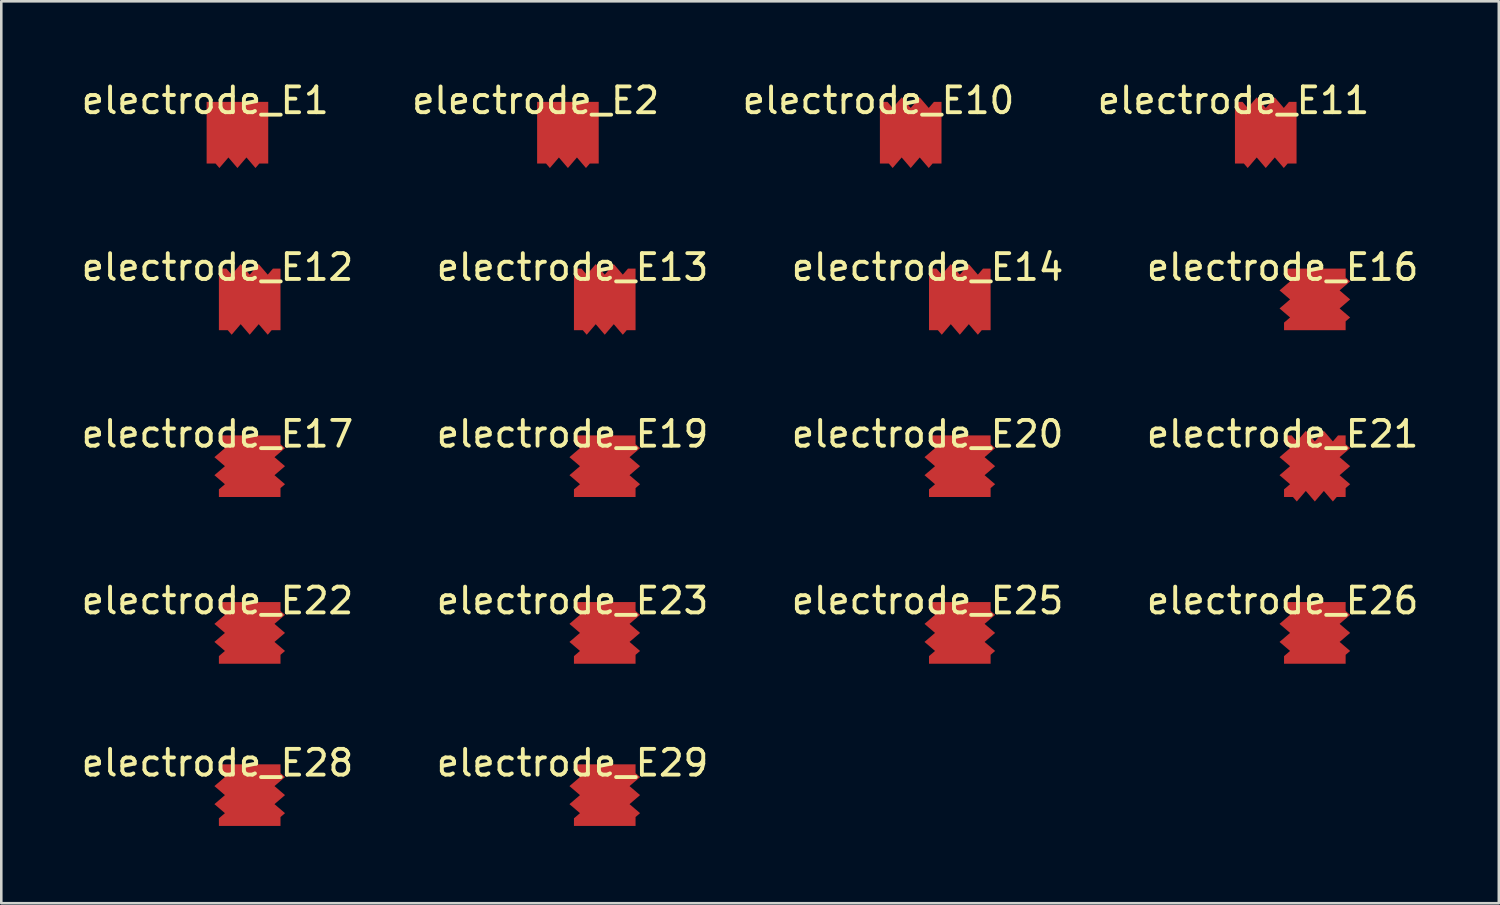
<source format=kicad_pcb>
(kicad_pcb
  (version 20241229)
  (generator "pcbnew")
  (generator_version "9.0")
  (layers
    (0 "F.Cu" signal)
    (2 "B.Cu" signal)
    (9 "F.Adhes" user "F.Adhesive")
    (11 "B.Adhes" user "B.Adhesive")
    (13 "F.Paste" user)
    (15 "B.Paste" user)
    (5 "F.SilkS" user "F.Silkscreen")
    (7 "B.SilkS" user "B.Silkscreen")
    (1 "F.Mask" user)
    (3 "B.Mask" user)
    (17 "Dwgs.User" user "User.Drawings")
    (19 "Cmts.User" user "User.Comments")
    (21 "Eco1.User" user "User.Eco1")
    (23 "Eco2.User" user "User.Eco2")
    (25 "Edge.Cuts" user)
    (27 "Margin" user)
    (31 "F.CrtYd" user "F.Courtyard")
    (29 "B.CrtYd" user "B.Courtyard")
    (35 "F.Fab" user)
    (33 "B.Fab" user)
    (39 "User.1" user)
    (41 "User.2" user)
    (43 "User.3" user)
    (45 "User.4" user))
  (footprint "electrode_E19"
    (layer "F.Cu")
    (at 19.161 13.785)
    (property "Reference" "electrode_E19" (at 0 0 0) (layer "F.SilkS") (effects (font (size 1 1) (thickness 0.15))))
    (attr through_hole)
    (pad "1" smd custom (at 1.25 1.25) (size 0.5 0.5) (layers "F.Cu" "F.Mask" "F.Paste") (options (anchor circle)) (primitives (gr_poly (pts (xy 1.195 -0.85) (xy 1.37 -0.7) (xy 0.961 -0.35) (xy 1.37 0) (xy 0.961 0.35) (xy 1.37 0.7) (xy 1.195 0.85) (xy 1.195 1.195) (xy -1.195 1.195) (xy -1.195 0.9) (xy -0.961 0.7) (xy -1.37 0.35) (xy -0.961 0) (xy -1.37 -0.35) (xy -0.961 -0.7) (xy -1.195 -0.9) (xy -1.195 -1.195) (xy 1.195 -1.195)) (width 0.0001) (fill yes)))))
  (footprint "electrode_E20"
    (layer "F.Cu")
    (at 32.935 13.785)
    (property "Reference" "electrode_E20" (at 0 0 0) (layer "F.SilkS") (effects (font (size 1 1) (thickness 0.15))))
    (attr through_hole)
    (pad "1" smd custom (at 1.25 1.25) (size 0.5 0.5) (layers "F.Cu" "F.Mask" "F.Paste") (options (anchor circle)) (primitives (gr_poly (pts (xy 1.195 -0.85) (xy 1.37 -0.7) (xy 0.961 -0.35) (xy 1.37 0) (xy 0.961 0.35) (xy 1.37 0.7) (xy 1.195 0.85) (xy 1.195 1.195) (xy -1.195 1.195) (xy -1.195 0.9) (xy -0.961 0.7) (xy -1.37 0.35) (xy -0.961 0) (xy -1.37 -0.35) (xy -0.961 -0.7) (xy -1.195 -0.9) (xy -1.195 -1.195) (xy 1.195 -1.195)) (width 0.0001) (fill yes)))))
  (footprint "electrode_E23"
    (layer "F.Cu")
    (at 19.161 20.253)
    (property "Reference" "electrode_E23" (at 0 0 0) (layer "F.SilkS") (effects (font (size 1 1) (thickness 0.15))))
    (attr through_hole)
    (pad "1" smd custom (at 1.25 1.25) (size 0.5 0.5) (layers "F.Cu" "F.Mask" "F.Paste") (options (anchor circle)) (primitives (gr_poly (pts (xy 1.195 -0.85) (xy 1.37 -0.7) (xy 0.961 -0.35) (xy 1.37 0) (xy 0.961 0.35) (xy 1.37 0.7) (xy 1.195 0.85) (xy 1.195 1.195) (xy -1.195 1.195) (xy -1.195 0.9) (xy -0.961 0.7) (xy -1.37 0.35) (xy -0.961 0) (xy -1.37 -0.35) (xy -0.961 -0.7) (xy -1.195 -0.9) (xy -1.195 -1.195) (xy 1.195 -1.195)) (width 0.0001) (fill yes)))))
  (footprint "electrode_E22"
    (layer "F.Cu")
    (at 5.387 20.253)
    (property "Reference" "electrode_E22" (at 0 0 0) (layer "F.SilkS") (effects (font (size 1 1) (thickness 0.15))))
    (attr through_hole)
    (pad "1" smd custom (at 1.25 1.25) (size 0.5 0.5) (layers "F.Cu" "F.Mask" "F.Paste") (options (anchor circle)) (primitives (gr_poly (pts (xy 1.195 -0.85) (xy 1.37 -0.7) (xy 0.961 -0.35) (xy 1.37 0) (xy 0.961 0.35) (xy 1.37 0.7) (xy 1.195 0.85) (xy 1.195 1.195) (xy -1.195 1.195) (xy -1.195 0.9) (xy -0.961 0.7) (xy -1.37 0.35) (xy -0.961 0) (xy -1.37 -0.35) (xy -0.961 -0.7) (xy -1.195 -0.9) (xy -1.195 -1.195) (xy 1.195 -1.195)) (width 0.0001) (fill yes)))))
  (footprint "electrode_E29"
    (layer "F.Cu")
    (at 19.161 26.546)
    (property "Reference" "electrode_E29" (at 0 0 0) (layer "F.SilkS") (effects (font (size 1 1) (thickness 0.15))))
    (attr through_hole)
    (pad "1" smd custom (at 1.25 1.25) (size 0.5 0.5) (layers "F.Cu" "F.Mask" "F.Paste") (options (anchor circle)) (primitives (gr_poly (pts (xy 1.195 -0.85) (xy 1.37 -0.7) (xy 0.961 -0.35) (xy 1.37 0) (xy 0.961 0.35) (xy 1.37 0.7) (xy 1.195 0.85) (xy 1.195 1.195) (xy -1.195 1.195) (xy -1.195 0.9) (xy -0.961 0.7) (xy -1.37 0.35) (xy -0.961 0) (xy -1.37 -0.35) (xy -0.961 -0.7) (xy -1.195 -0.9) (xy -1.195 -1.195) (xy 1.195 -1.195)) (width 0.0001) (fill yes)))))
  (footprint "electrode_E25"
    (layer "F.Cu")
    (at 32.935 20.253)
    (property "Reference" "electrode_E25" (at 0 0 0) (layer "F.SilkS") (effects (font (size 1 1) (thickness 0.15))))
    (attr through_hole)
    (pad "1" smd custom (at 1.25 1.25) (size 0.5 0.5) (layers "F.Cu" "F.Mask" "F.Paste") (options (anchor circle)) (primitives (gr_poly (pts (xy 1.195 -0.85) (xy 1.37 -0.7) (xy 0.961 -0.35) (xy 1.37 0) (xy 0.961 0.35) (xy 1.37 0.7) (xy 1.195 0.85) (xy 1.195 1.195) (xy -1.195 1.195) (xy -1.195 0.9) (xy -0.961 0.7) (xy -1.37 0.35) (xy -0.961 0) (xy -1.37 -0.35) (xy -0.961 -0.7) (xy -1.195 -0.9) (xy -1.195 -1.195) (xy 1.195 -1.195)) (width 0.0001) (fill yes)))))
  (footprint "electrode_E10"
    (layer "F.Cu")
    (at 31.03 0.848)
    (property "Reference" "electrode_E10" (at 0 0 0) (layer "F.SilkS") (effects (font (size 1 1) (thickness 0.15))))
    (attr through_hole)
    (pad "1" smd custom (at 1.25 1.25) (size 0.5 0.5) (layers "F.Cu" "F.Mask" "F.Paste") (options (anchor circle)) (primitives (gr_poly (pts (xy 0.7 -0.961) (xy 0.9 -1.195) (xy 1.195 -1.195) (xy 1.195 1.195) (xy 0.85 1.195) (xy 0.7 1.37) (xy 0.35 0.961) (xy 0 1.37) (xy -0.35 0.961) (xy -0.7 1.37) (xy -0.85 1.195) (xy -1.195 1.195) (xy -1.195 -1.195) (xy -0.9 -1.195) (xy -0.7 -0.961) (xy -0.35 -1.37) (xy 0 -0.961) (xy 0.35 -1.37)) (width 0.0001) (fill yes)))))
  (footprint "electrode_E17"
    (layer "F.Cu")
    (at 5.387 13.785)
    (property "Reference" "electrode_E17" (at 0 0 0) (layer "F.SilkS") (effects (font (size 1 1) (thickness 0.15))))
    (attr through_hole)
    (pad "1" smd custom (at 1.25 1.25) (size 0.5 0.5) (layers "F.Cu" "F.Mask" "F.Paste") (options (anchor circle)) (primitives (gr_poly (pts (xy 1.195 -0.85) (xy 1.37 -0.7) (xy 0.961 -0.35) (xy 1.37 0) (xy 0.961 0.35) (xy 1.37 0.7) (xy 1.195 0.85) (xy 1.195 1.195) (xy -1.195 1.195) (xy -1.195 0.9) (xy -0.961 0.7) (xy -1.37 0.35) (xy -0.961 0) (xy -1.37 -0.35) (xy -0.961 -0.7) (xy -1.195 -0.9) (xy -1.195 -1.195) (xy 1.195 -1.195)) (width 0.0001) (fill yes)))))
  (footprint "electrode_E26"
    (layer "F.Cu")
    (at 46.708 20.253)
    (property "Reference" "electrode_E26" (at 0 0 0) (layer "F.SilkS") (effects (font (size 1 1) (thickness 0.15))))
    (attr through_hole)
    (pad "1" smd custom (at 1.25 1.25) (size 0.5 0.5) (layers "F.Cu" "F.Mask" "F.Paste") (options (anchor circle)) (primitives (gr_poly (pts (xy 1.195 -0.85) (xy 1.37 -0.7) (xy 0.961 -0.35) (xy 1.37 0) (xy 0.961 0.35) (xy 1.37 0.7) (xy 1.195 0.85) (xy 1.195 1.195) (xy -1.195 1.195) (xy -1.195 0.9) (xy -0.961 0.7) (xy -1.37 0.35) (xy -0.961 0) (xy -1.37 -0.35) (xy -0.961 -0.7) (xy -1.195 -0.9) (xy -1.195 -1.195) (xy 1.195 -1.195)) (width 0.0001) (fill yes)))))
  (footprint "electrode_E12"
    (layer "F.Cu")
    (at 5.387 7.316)
    (property "Reference" "electrode_E12" (at 0 0 0) (layer "F.SilkS") (effects (font (size 1 1) (thickness 0.15))))
    (attr through_hole)
    (pad "1" smd custom (at 1.25 1.25) (size 0.5 0.5) (layers "F.Cu" "F.Mask" "F.Paste") (options (anchor circle)) (primitives (gr_poly (pts (xy 0.7 -0.961) (xy 0.9 -1.195) (xy 1.195 -1.195) (xy 1.195 1.195) (xy 0.85 1.195) (xy 0.7 1.37) (xy 0.35 0.961) (xy 0 1.37) (xy -0.35 0.961) (xy -0.7 1.37) (xy -0.85 1.195) (xy -1.195 1.195) (xy -1.195 -1.195) (xy -0.9 -1.195) (xy -0.7 -0.961) (xy -0.35 -1.37) (xy 0 -0.961) (xy 0.35 -1.37)) (width 0.0001) (fill yes)))))
  (footprint "electrode_E2"
    (layer "F.Cu")
    (at 17.732 0.848)
    (property "Reference" "electrode_E2" (at 0 0 0) (layer "F.SilkS") (effects (font (size 1 1) (thickness 0.15))))
    (attr through_hole)
    (pad "1" smd custom (at 1.25 1.25) (size 0.5 0.5) (layers "F.Cu" "F.Mask" "F.Paste") (options (anchor circle)) (primitives (gr_poly (pts (xy 1.195 1.195) (xy 0.85 1.195) (xy 0.7 1.37) (xy 0.35 0.961) (xy 0 1.37) (xy -0.35 0.961) (xy -0.7 1.37) (xy -0.85 1.195) (xy -1.195 1.195) (xy -1.195 -1.195) (xy 1.195 -1.195)) (width 0.0001) (fill yes)))))
  (footprint "electrode_E1"
    (layer "F.Cu")
    (at 4.911 0.848)
    (property "Reference" "electrode_E1" (at 0 0 0) (layer "F.SilkS") (effects (font (size 1 1) (thickness 0.15))))
    (attr through_hole)
    (pad "1" smd custom (at 1.25 1.25) (size 0.5 0.5) (layers "F.Cu" "F.Mask" "F.Paste") (options (anchor circle)) (primitives (gr_poly (pts (xy 1.195 1.195) (xy 0.85 1.195) (xy 0.7 1.37) (xy 0.35 0.961) (xy 0 1.37) (xy -0.35 0.961) (xy -0.7 1.37) (xy -0.85 1.195) (xy -1.195 1.195) (xy -1.195 -1.195) (xy 1.195 -1.195)) (width 0.0001) (fill yes)))))
  (footprint "electrode_E14"
    (layer "F.Cu")
    (at 32.935 7.316)
    (property "Reference" "electrode_E14" (at 0 0 0) (layer "F.SilkS") (effects (font (size 1 1) (thickness 0.15))))
    (attr through_hole)
    (pad "1" smd custom (at 1.25 1.25) (size 0.5 0.5) (layers "F.Cu" "F.Mask" "F.Paste") (options (anchor circle)) (primitives (gr_poly (pts (xy 0.7 -0.961) (xy 0.9 -1.195) (xy 1.195 -1.195) (xy 1.195 1.195) (xy 0.85 1.195) (xy 0.7 1.37) (xy 0.35 0.961) (xy 0 1.37) (xy -0.35 0.961) (xy -0.7 1.37) (xy -0.85 1.195) (xy -1.195 1.195) (xy -1.195 -1.195) (xy -0.9 -1.195) (xy -0.7 -0.961) (xy -0.35 -1.37) (xy 0 -0.961) (xy 0.35 -1.37)) (width 0.0001) (fill yes)))))
  (footprint "electrode_E21"
    (layer "F.Cu")
    (at 46.708 13.785)
    (property "Reference" "electrode_E21" (at 0 0 0) (layer "F.SilkS") (effects (font (size 1 1) (thickness 0.15))))
    (attr through_hole)
    (pad "1" smd custom (at 1.25 1.25) (size 0.5 0.5) (layers "F.Cu" "F.Mask" "F.Paste") (options (anchor circle)) (primitives (gr_poly (pts (xy 0.7 -0.961) (xy 0.9 -1.195) (xy 1.195 -1.195) (xy 1.195 -0.85) (xy 1.37 -0.7) (xy 0.961 -0.35) (xy 1.37 0) (xy 0.961 0.35) (xy 1.37 0.7) (xy 1.195 0.85) (xy 1.195 1.195) (xy 0.85 1.195) (xy 0.7 1.37) (xy 0.35 0.961) (xy 0 1.37) (xy -0.35 0.961) (xy -0.7 1.37) (xy -0.85 1.195) (xy -1.195 1.195) (xy -1.195 0.9) (xy -0.961 0.7) (xy -1.37 0.35) (xy -0.961 0) (xy -1.37 -0.35) (xy -0.961 -0.7) (xy -1.195 -0.9) (xy -1.195 -1.195) (xy -0.9 -1.195) (xy -0.7 -0.961) (xy -0.35 -1.37) (xy 0 -0.961) (xy 0.35 -1.37)) (width 0.0001) (fill yes)))))
  (footprint "electrode_E11"
    (layer "F.Cu")
    (at 44.804 0.848)
    (property "Reference" "electrode_E11" (at 0 0 0) (layer "F.SilkS") (effects (font (size 1 1) (thickness 0.15))))
    (attr through_hole)
    (pad "1" smd custom (at 1.25 1.25) (size 0.5 0.5) (layers "F.Cu" "F.Mask" "F.Paste") (options (anchor circle)) (primitives (gr_poly (pts (xy 0.7 -0.961) (xy 0.9 -1.195) (xy 1.195 -1.195) (xy 1.195 1.195) (xy 0.85 1.195) (xy 0.7 1.37) (xy 0.35 0.961) (xy 0 1.37) (xy -0.35 0.961) (xy -0.7 1.37) (xy -0.85 1.195) (xy -1.195 1.195) (xy -1.195 -1.195) (xy -0.9 -1.195) (xy -0.7 -0.961) (xy -0.35 -1.37) (xy 0 -0.961) (xy 0.35 -1.37)) (width 0.0001) (fill yes)))))
  (footprint "electrode_E13"
    (layer "F.Cu")
    (at 19.161 7.316)
    (property "Reference" "electrode_E13" (at 0 0 0) (layer "F.SilkS") (effects (font (size 1 1) (thickness 0.15))))
    (attr through_hole)
    (pad "1" smd custom (at 1.25 1.25) (size 0.5 0.5) (layers "F.Cu" "F.Mask" "F.Paste") (options (anchor circle)) (primitives (gr_poly (pts (xy 0.7 -0.961) (xy 0.9 -1.195) (xy 1.195 -1.195) (xy 1.195 1.195) (xy 0.85 1.195) (xy 0.7 1.37) (xy 0.35 0.961) (xy 0 1.37) (xy -0.35 0.961) (xy -0.7 1.37) (xy -0.85 1.195) (xy -1.195 1.195) (xy -1.195 -1.195) (xy -0.9 -1.195) (xy -0.7 -0.961) (xy -0.35 -1.37) (xy 0 -0.961) (xy 0.35 -1.37)) (width 0.0001) (fill yes)))))
  (footprint "electrode_E16"
    (layer "F.Cu")
    (at 46.708 7.316)
    (property "Reference" "electrode_E16" (at 0 0 0) (layer "F.SilkS") (effects (font (size 1 1) (thickness 0.15))))
    (attr through_hole)
    (pad "1" smd custom (at 1.25 1.25) (size 0.5 0.5) (layers "F.Cu" "F.Mask" "F.Paste") (options (anchor circle)) (primitives (gr_poly (pts (xy 1.195 -0.85) (xy 1.37 -0.7) (xy 0.961 -0.35) (xy 1.37 0) (xy 0.961 0.35) (xy 1.37 0.7) (xy 1.195 0.85) (xy 1.195 1.195) (xy -1.195 1.195) (xy -1.195 0.9) (xy -0.961 0.7) (xy -1.37 0.35) (xy -0.961 0) (xy -1.37 -0.35) (xy -0.961 -0.7) (xy -1.195 -0.9) (xy -1.195 -1.195) (xy 1.195 -1.195)) (width 0.0001) (fill yes)))))
  (footprint "electrode_E28"
    (layer "F.Cu")
    (at 5.387 26.546)
    (property "Reference" "electrode_E28" (at 0 0 0) (layer "F.SilkS") (effects (font (size 1 1) (thickness 0.15))))
    (attr through_hole)
    (pad "1" smd custom (at 1.25 1.25) (size 0.5 0.5) (layers "F.Cu" "F.Mask" "F.Paste") (options (anchor circle)) (primitives (gr_poly (pts (xy 1.195 -0.85) (xy 1.37 -0.7) (xy 0.961 -0.35) (xy 1.37 0) (xy 0.961 0.35) (xy 1.37 0.7) (xy 1.195 0.85) (xy 1.195 1.195) (xy -1.195 1.195) (xy -1.195 0.9) (xy -0.961 0.7) (xy -1.37 0.35) (xy -0.961 0) (xy -1.37 -0.35) (xy -0.961 -0.7) (xy -1.195 -0.9) (xy -1.195 -1.195) (xy 1.195 -1.195)) (width 0.0001) (fill yes)))))
  (gr_rect
    (start -3 -3)
    (end 55.095 31.991)
    (stroke (width 0.1) (type default))
    (fill no)
    (layer "Edge.Cuts")))
</source>
